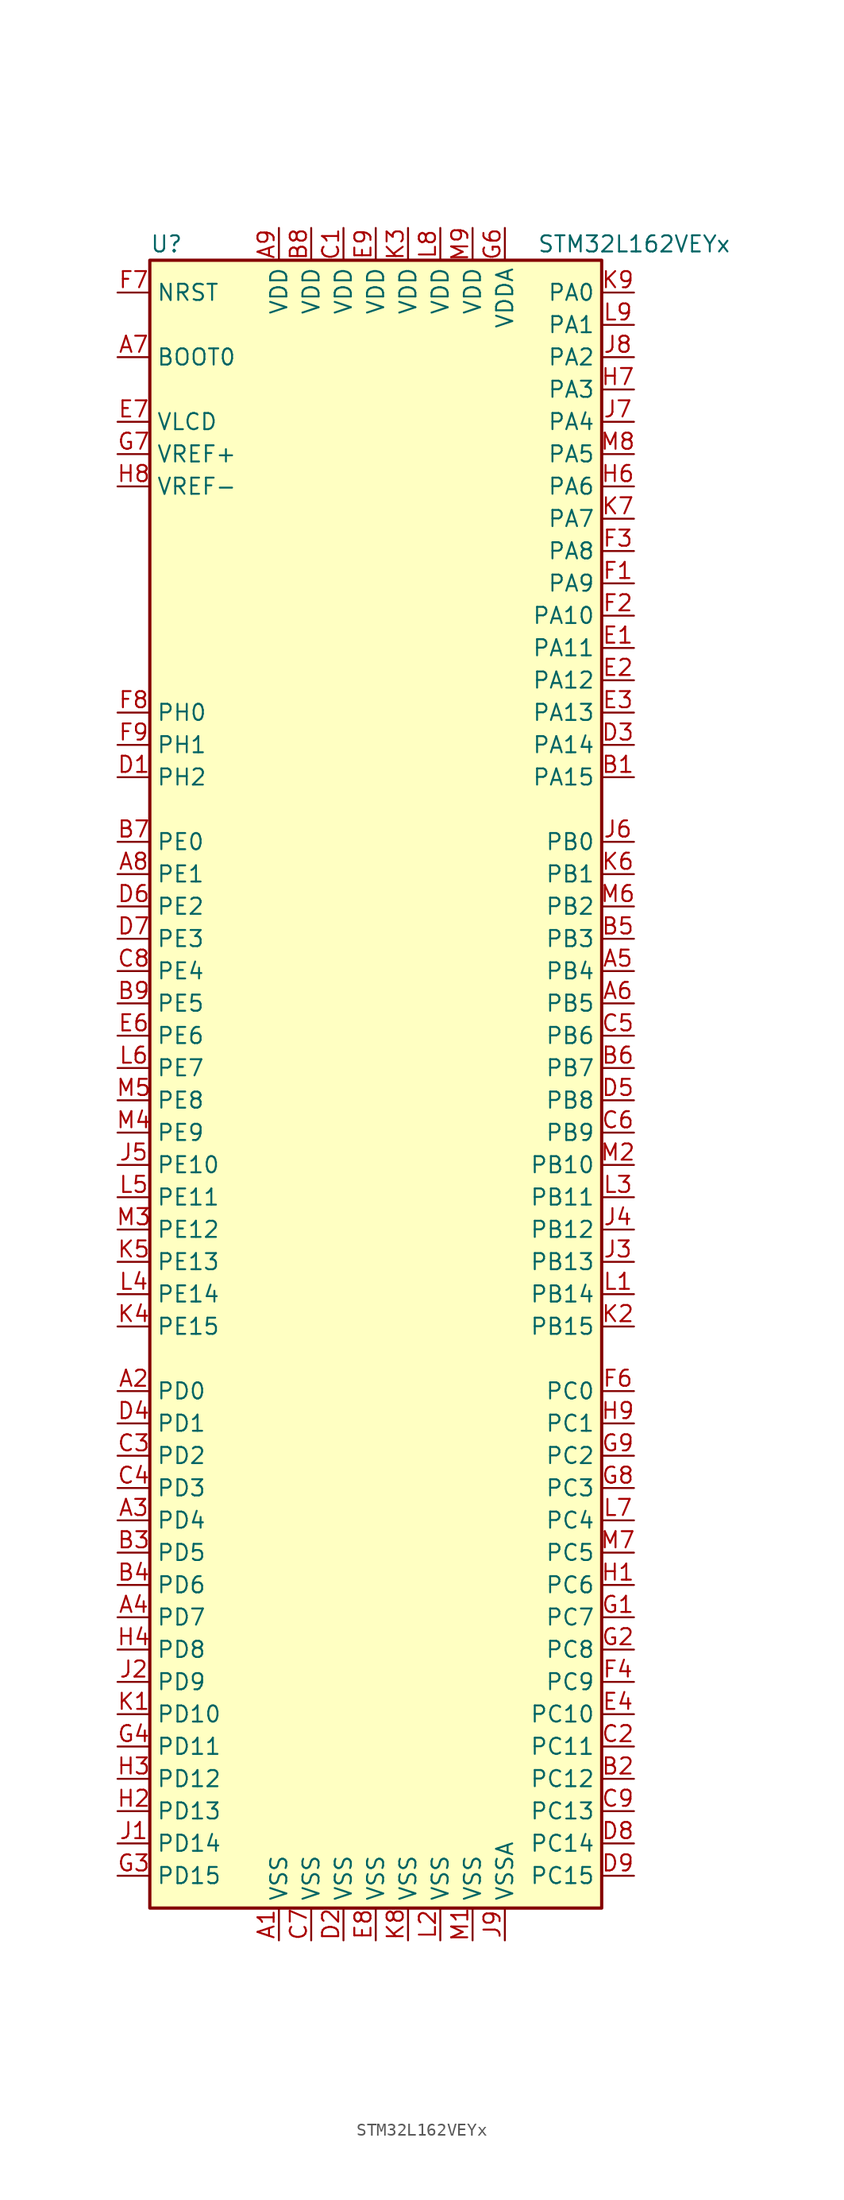
<source format=kicad_sym>
(kicad_symbol_lib
  (version 20211014)
  (generator kicad_symbol_editor)
  (symbol "STM32L162VEYx"
    (property "Reference" "U"
      (at -17.78 64.77 0)
      (effects (font (size 1.27 1.27)) (justify left)))
    (property "Value" "STM32L162VEYx"
      (at 12.7 64.77 0)
      (effects (font (size 1.27 1.27)) (justify left)))
    (symbol "STM32L162VEYx_0_1"
      (rectangle (start -17.78 -66.04) (end 17.78 63.5) (stroke (width 0.254) (type default) (color 0 0 0 0)) (fill (type background))))
    (symbol "STM32L162VEYx_1_1"
      (pin power_in line (at -7.62 -68.58 90) (length 2.54) (name "VSS" (effects (font (size 1.27 1.27)))) (number "A1" (effects (font (size 1.27 1.27)))))
      (pin bidirectional line (at -20.32 -25.4 0) (length 2.54) (name "PD0" (effects (font (size 1.27 1.27)))) (number "A2" (effects (font (size 1.27 1.27)))))
      (pin bidirectional line (at -20.32 -35.56 0) (length 2.54) (name "PD4" (effects (font (size 1.27 1.27)))) (number "A3" (effects (font (size 1.27 1.27)))))
      (pin bidirectional line (at -20.32 -43.18 0) (length 2.54) (name "PD7" (effects (font (size 1.27 1.27)))) (number "A4" (effects (font (size 1.27 1.27)))))
      (pin bidirectional line (at 20.32 7.62 180) (length 2.54) (name "PB4" (effects (font (size 1.27 1.27)))) (number "A5" (effects (font (size 1.27 1.27)))))
      (pin bidirectional line (at 20.32 5.08 180) (length 2.54) (name "PB5" (effects (font (size 1.27 1.27)))) (number "A6" (effects (font (size 1.27 1.27)))))
      (pin input line (at -20.32 55.88 0) (length 2.54) (name "BOOT0" (effects (font (size 1.27 1.27)))) (number "A7" (effects (font (size 1.27 1.27)))))
      (pin bidirectional line (at -20.32 15.24 0) (length 2.54) (name "PE1" (effects (font (size 1.27 1.27)))) (number "A8" (effects (font (size 1.27 1.27)))))
      (pin power_in line (at -7.62 66.04 270) (length 2.54) (name "VDD" (effects (font (size 1.27 1.27)))) (number "A9" (effects (font (size 1.27 1.27)))))
      (pin bidirectional line (at 20.32 22.86 180) (length 2.54) (name "PA15" (effects (font (size 1.27 1.27)))) (number "B1" (effects (font (size 1.27 1.27)))))
      (pin bidirectional line (at 20.32 -55.88 180) (length 2.54) (name "PC12" (effects (font (size 1.27 1.27)))) (number "B2" (effects (font (size 1.27 1.27)))))
      (pin bidirectional line (at -20.32 -38.1 0) (length 2.54) (name "PD5" (effects (font (size 1.27 1.27)))) (number "B3" (effects (font (size 1.27 1.27)))))
      (pin bidirectional line (at -20.32 -40.64 0) (length 2.54) (name "PD6" (effects (font (size 1.27 1.27)))) (number "B4" (effects (font (size 1.27 1.27)))))
      (pin bidirectional line (at 20.32 10.16 180) (length 2.54) (name "PB3" (effects (font (size 1.27 1.27)))) (number "B5" (effects (font (size 1.27 1.27)))))
      (pin bidirectional line (at 20.32 0 180) (length 2.54) (name "PB7" (effects (font (size 1.27 1.27)))) (number "B6" (effects (font (size 1.27 1.27)))))
      (pin bidirectional line (at -20.32 17.78 0) (length 2.54) (name "PE0" (effects (font (size 1.27 1.27)))) (number "B7" (effects (font (size 1.27 1.27)))))
      (pin power_in line (at -5.08 66.04 270) (length 2.54) (name "VDD" (effects (font (size 1.27 1.27)))) (number "B8" (effects (font (size 1.27 1.27)))))
      (pin bidirectional line (at -20.32 5.08 0) (length 2.54) (name "PE5" (effects (font (size 1.27 1.27)))) (number "B9" (effects (font (size 1.27 1.27)))))
      (pin power_in line (at -2.54 66.04 270) (length 2.54) (name "VDD" (effects (font (size 1.27 1.27)))) (number "C1" (effects (font (size 1.27 1.27)))))
      (pin bidirectional line (at 20.32 -53.34 180) (length 2.54) (name "PC11" (effects (font (size 1.27 1.27)))) (number "C2" (effects (font (size 1.27 1.27)))))
      (pin bidirectional line (at -20.32 -30.48 0) (length 2.54) (name "PD2" (effects (font (size 1.27 1.27)))) (number "C3" (effects (font (size 1.27 1.27)))))
      (pin bidirectional line (at -20.32 -33.02 0) (length 2.54) (name "PD3" (effects (font (size 1.27 1.27)))) (number "C4" (effects (font (size 1.27 1.27)))))
      (pin bidirectional line (at 20.32 2.54 180) (length 2.54) (name "PB6" (effects (font (size 1.27 1.27)))) (number "C5" (effects (font (size 1.27 1.27)))))
      (pin bidirectional line (at 20.32 -5.08 180) (length 2.54) (name "PB9" (effects (font (size 1.27 1.27)))) (number "C6" (effects (font (size 1.27 1.27)))))
      (pin power_in line (at -5.08 -68.58 90) (length 2.54) (name "VSS" (effects (font (size 1.27 1.27)))) (number "C7" (effects (font (size 1.27 1.27)))))
      (pin bidirectional line (at -20.32 7.62 0) (length 2.54) (name "PE4" (effects (font (size 1.27 1.27)))) (number "C8" (effects (font (size 1.27 1.27)))))
      (pin bidirectional line (at 20.32 -58.42 180) (length 2.54) (name "PC13" (effects (font (size 1.27 1.27)))) (number "C9" (effects (font (size 1.27 1.27)))))
      (pin bidirectional line (at -20.32 22.86 0) (length 2.54) (name "PH2" (effects (font (size 1.27 1.27)))) (number "D1" (effects (font (size 1.27 1.27)))))
      (pin power_in line (at -2.54 -68.58 90) (length 2.54) (name "VSS" (effects (font (size 1.27 1.27)))) (number "D2" (effects (font (size 1.27 1.27)))))
      (pin bidirectional line (at 20.32 25.4 180) (length 2.54) (name "PA14" (effects (font (size 1.27 1.27)))) (number "D3" (effects (font (size 1.27 1.27)))))
      (pin bidirectional line (at -20.32 -27.94 0) (length 2.54) (name "PD1" (effects (font (size 1.27 1.27)))) (number "D4" (effects (font (size 1.27 1.27)))))
      (pin bidirectional line (at 20.32 -2.54 180) (length 2.54) (name "PB8" (effects (font (size 1.27 1.27)))) (number "D5" (effects (font (size 1.27 1.27)))))
      (pin bidirectional line (at -20.32 12.7 0) (length 2.54) (name "PE2" (effects (font (size 1.27 1.27)))) (number "D6" (effects (font (size 1.27 1.27)))))
      (pin bidirectional line (at -20.32 10.16 0) (length 2.54) (name "PE3" (effects (font (size 1.27 1.27)))) (number "D7" (effects (font (size 1.27 1.27)))))
      (pin bidirectional line (at 20.32 -60.96 180) (length 2.54) (name "PC14" (effects (font (size 1.27 1.27)))) (number "D8" (effects (font (size 1.27 1.27)))))
      (pin bidirectional line (at 20.32 -63.5 180) (length 2.54) (name "PC15" (effects (font (size 1.27 1.27)))) (number "D9" (effects (font (size 1.27 1.27)))))
      (pin bidirectional line (at 20.32 33.02 180) (length 2.54) (name "PA11" (effects (font (size 1.27 1.27)))) (number "E1" (effects (font (size 1.27 1.27)))))
      (pin bidirectional line (at 20.32 30.48 180) (length 2.54) (name "PA12" (effects (font (size 1.27 1.27)))) (number "E2" (effects (font (size 1.27 1.27)))))
      (pin bidirectional line (at 20.32 27.94 180) (length 2.54) (name "PA13" (effects (font (size 1.27 1.27)))) (number "E3" (effects (font (size 1.27 1.27)))))
      (pin bidirectional line (at 20.32 -50.8 180) (length 2.54) (name "PC10" (effects (font (size 1.27 1.27)))) (number "E4" (effects (font (size 1.27 1.27)))))
      (pin bidirectional line (at -20.32 2.54 0) (length 2.54) (name "PE6" (effects (font (size 1.27 1.27)))) (number "E6" (effects (font (size 1.27 1.27)))))
      (pin power_in line (at -20.32 50.8 0) (length 2.54) (name "VLCD" (effects (font (size 1.27 1.27)))) (number "E7" (effects (font (size 1.27 1.27)))))
      (pin power_in line (at 0 -68.58 90) (length 2.54) (name "VSS" (effects (font (size 1.27 1.27)))) (number "E8" (effects (font (size 1.27 1.27)))))
      (pin power_in line (at 0 66.04 270) (length 2.54) (name "VDD" (effects (font (size 1.27 1.27)))) (number "E9" (effects (font (size 1.27 1.27)))))
      (pin bidirectional line (at 20.32 38.1 180) (length 2.54) (name "PA9" (effects (font (size 1.27 1.27)))) (number "F1" (effects (font (size 1.27 1.27)))))
      (pin bidirectional line (at 20.32 35.56 180) (length 2.54) (name "PA10" (effects (font (size 1.27 1.27)))) (number "F2" (effects (font (size 1.27 1.27)))))
      (pin bidirectional line (at 20.32 40.64 180) (length 2.54) (name "PA8" (effects (font (size 1.27 1.27)))) (number "F3" (effects (font (size 1.27 1.27)))))
      (pin bidirectional line (at 20.32 -48.26 180) (length 2.54) (name "PC9" (effects (font (size 1.27 1.27)))) (number "F4" (effects (font (size 1.27 1.27)))))
      (pin bidirectional line (at 20.32 -25.4 180) (length 2.54) (name "PC0" (effects (font (size 1.27 1.27)))) (number "F6" (effects (font (size 1.27 1.27)))))
      (pin input line (at -20.32 60.96 0) (length 2.54) (name "NRST" (effects (font (size 1.27 1.27)))) (number "F7" (effects (font (size 1.27 1.27)))))
      (pin input line (at -20.32 27.94 0) (length 2.54) (name "PH0" (effects (font (size 1.27 1.27)))) (number "F8" (effects (font (size 1.27 1.27)))))
      (pin input line (at -20.32 25.4 0) (length 2.54) (name "PH1" (effects (font (size 1.27 1.27)))) (number "F9" (effects (font (size 1.27 1.27)))))
      (pin bidirectional line (at 20.32 -43.18 180) (length 2.54) (name "PC7" (effects (font (size 1.27 1.27)))) (number "G1" (effects (font (size 1.27 1.27)))))
      (pin bidirectional line (at 20.32 -45.72 180) (length 2.54) (name "PC8" (effects (font (size 1.27 1.27)))) (number "G2" (effects (font (size 1.27 1.27)))))
      (pin bidirectional line (at -20.32 -63.5 0) (length 2.54) (name "PD15" (effects (font (size 1.27 1.27)))) (number "G3" (effects (font (size 1.27 1.27)))))
      (pin bidirectional line (at -20.32 -53.34 0) (length 2.54) (name "PD11" (effects (font (size 1.27 1.27)))) (number "G4" (effects (font (size 1.27 1.27)))))
      (pin power_in line (at 10.16 66.04 270) (length 2.54) (name "VDDA" (effects (font (size 1.27 1.27)))) (number "G6" (effects (font (size 1.27 1.27)))))
      (pin power_in line (at -20.32 48.26 0) (length 2.54) (name "VREF+" (effects (font (size 1.27 1.27)))) (number "G7" (effects (font (size 1.27 1.27)))))
      (pin bidirectional line (at 20.32 -33.02 180) (length 2.54) (name "PC3" (effects (font (size 1.27 1.27)))) (number "G8" (effects (font (size 1.27 1.27)))))
      (pin bidirectional line (at 20.32 -30.48 180) (length 2.54) (name "PC2" (effects (font (size 1.27 1.27)))) (number "G9" (effects (font (size 1.27 1.27)))))
      (pin bidirectional line (at 20.32 -40.64 180) (length 2.54) (name "PC6" (effects (font (size 1.27 1.27)))) (number "H1" (effects (font (size 1.27 1.27)))))
      (pin bidirectional line (at -20.32 -58.42 0) (length 2.54) (name "PD13" (effects (font (size 1.27 1.27)))) (number "H2" (effects (font (size 1.27 1.27)))))
      (pin bidirectional line (at -20.32 -55.88 0) (length 2.54) (name "PD12" (effects (font (size 1.27 1.27)))) (number "H3" (effects (font (size 1.27 1.27)))))
      (pin bidirectional line (at -20.32 -45.72 0) (length 2.54) (name "PD8" (effects (font (size 1.27 1.27)))) (number "H4" (effects (font (size 1.27 1.27)))))
      (pin bidirectional line (at 20.32 45.72 180) (length 2.54) (name "PA6" (effects (font (size 1.27 1.27)))) (number "H6" (effects (font (size 1.27 1.27)))))
      (pin bidirectional line (at 20.32 53.34 180) (length 2.54) (name "PA3" (effects (font (size 1.27 1.27)))) (number "H7" (effects (font (size 1.27 1.27)))))
      (pin power_in line (at -20.32 45.72 0) (length 2.54) (name "VREF-" (effects (font (size 1.27 1.27)))) (number "H8" (effects (font (size 1.27 1.27)))))
      (pin bidirectional line (at 20.32 -27.94 180) (length 2.54) (name "PC1" (effects (font (size 1.27 1.27)))) (number "H9" (effects (font (size 1.27 1.27)))))
      (pin bidirectional line (at -20.32 -60.96 0) (length 2.54) (name "PD14" (effects (font (size 1.27 1.27)))) (number "J1" (effects (font (size 1.27 1.27)))))
      (pin bidirectional line (at -20.32 -48.26 0) (length 2.54) (name "PD9" (effects (font (size 1.27 1.27)))) (number "J2" (effects (font (size 1.27 1.27)))))
      (pin bidirectional line (at 20.32 -15.24 180) (length 2.54) (name "PB13" (effects (font (size 1.27 1.27)))) (number "J3" (effects (font (size 1.27 1.27)))))
      (pin bidirectional line (at 20.32 -12.7 180) (length 2.54) (name "PB12" (effects (font (size 1.27 1.27)))) (number "J4" (effects (font (size 1.27 1.27)))))
      (pin bidirectional line (at -20.32 -7.62 0) (length 2.54) (name "PE10" (effects (font (size 1.27 1.27)))) (number "J5" (effects (font (size 1.27 1.27)))))
      (pin bidirectional line (at 20.32 17.78 180) (length 2.54) (name "PB0" (effects (font (size 1.27 1.27)))) (number "J6" (effects (font (size 1.27 1.27)))))
      (pin bidirectional line (at 20.32 50.8 180) (length 2.54) (name "PA4" (effects (font (size 1.27 1.27)))) (number "J7" (effects (font (size 1.27 1.27)))))
      (pin bidirectional line (at 20.32 55.88 180) (length 2.54) (name "PA2" (effects (font (size 1.27 1.27)))) (number "J8" (effects (font (size 1.27 1.27)))))
      (pin power_in line (at 10.16 -68.58 90) (length 2.54) (name "VSSA" (effects (font (size 1.27 1.27)))) (number "J9" (effects (font (size 1.27 1.27)))))
      (pin bidirectional line (at -20.32 -50.8 0) (length 2.54) (name "PD10" (effects (font (size 1.27 1.27)))) (number "K1" (effects (font (size 1.27 1.27)))))
      (pin bidirectional line (at 20.32 -20.32 180) (length 2.54) (name "PB15" (effects (font (size 1.27 1.27)))) (number "K2" (effects (font (size 1.27 1.27)))))
      (pin power_in line (at 2.54 66.04 270) (length 2.54) (name "VDD" (effects (font (size 1.27 1.27)))) (number "K3" (effects (font (size 1.27 1.27)))))
      (pin bidirectional line (at -20.32 -20.32 0) (length 2.54) (name "PE15" (effects (font (size 1.27 1.27)))) (number "K4" (effects (font (size 1.27 1.27)))))
      (pin bidirectional line (at -20.32 -15.24 0) (length 2.54) (name "PE13" (effects (font (size 1.27 1.27)))) (number "K5" (effects (font (size 1.27 1.27)))))
      (pin bidirectional line (at 20.32 15.24 180) (length 2.54) (name "PB1" (effects (font (size 1.27 1.27)))) (number "K6" (effects (font (size 1.27 1.27)))))
      (pin bidirectional line (at 20.32 43.18 180) (length 2.54) (name "PA7" (effects (font (size 1.27 1.27)))) (number "K7" (effects (font (size 1.27 1.27)))))
      (pin power_in line (at 2.54 -68.58 90) (length 2.54) (name "VSS" (effects (font (size 1.27 1.27)))) (number "K8" (effects (font (size 1.27 1.27)))))
      (pin bidirectional line (at 20.32 60.96 180) (length 2.54) (name "PA0" (effects (font (size 1.27 1.27)))) (number "K9" (effects (font (size 1.27 1.27)))))
      (pin bidirectional line (at 20.32 -17.78 180) (length 2.54) (name "PB14" (effects (font (size 1.27 1.27)))) (number "L1" (effects (font (size 1.27 1.27)))))
      (pin power_in line (at 5.08 -68.58 90) (length 2.54) (name "VSS" (effects (font (size 1.27 1.27)))) (number "L2" (effects (font (size 1.27 1.27)))))
      (pin bidirectional line (at 20.32 -10.16 180) (length 2.54) (name "PB11" (effects (font (size 1.27 1.27)))) (number "L3" (effects (font (size 1.27 1.27)))))
      (pin bidirectional line (at -20.32 -17.78 0) (length 2.54) (name "PE14" (effects (font (size 1.27 1.27)))) (number "L4" (effects (font (size 1.27 1.27)))))
      (pin bidirectional line (at -20.32 -10.16 0) (length 2.54) (name "PE11" (effects (font (size 1.27 1.27)))) (number "L5" (effects (font (size 1.27 1.27)))))
      (pin bidirectional line (at -20.32 0 0) (length 2.54) (name "PE7" (effects (font (size 1.27 1.27)))) (number "L6" (effects (font (size 1.27 1.27)))))
      (pin bidirectional line (at 20.32 -35.56 180) (length 2.54) (name "PC4" (effects (font (size 1.27 1.27)))) (number "L7" (effects (font (size 1.27 1.27)))))
      (pin power_in line (at 5.08 66.04 270) (length 2.54) (name "VDD" (effects (font (size 1.27 1.27)))) (number "L8" (effects (font (size 1.27 1.27)))))
      (pin bidirectional line (at 20.32 58.42 180) (length 2.54) (name "PA1" (effects (font (size 1.27 1.27)))) (number "L9" (effects (font (size 1.27 1.27)))))
      (pin power_in line (at 7.62 -68.58 90) (length 2.54) (name "VSS" (effects (font (size 1.27 1.27)))) (number "M1" (effects (font (size 1.27 1.27)))))
      (pin bidirectional line (at 20.32 -7.62 180) (length 2.54) (name "PB10" (effects (font (size 1.27 1.27)))) (number "M2" (effects (font (size 1.27 1.27)))))
      (pin bidirectional line (at -20.32 -12.7 0) (length 2.54) (name "PE12" (effects (font (size 1.27 1.27)))) (number "M3" (effects (font (size 1.27 1.27)))))
      (pin bidirectional line (at -20.32 -5.08 0) (length 2.54) (name "PE9" (effects (font (size 1.27 1.27)))) (number "M4" (effects (font (size 1.27 1.27)))))
      (pin bidirectional line (at -20.32 -2.54 0) (length 2.54) (name "PE8" (effects (font (size 1.27 1.27)))) (number "M5" (effects (font (size 1.27 1.27)))))
      (pin bidirectional line (at 20.32 12.7 180) (length 2.54) (name "PB2" (effects (font (size 1.27 1.27)))) (number "M6" (effects (font (size 1.27 1.27)))))
      (pin bidirectional line (at 20.32 -38.1 180) (length 2.54) (name "PC5" (effects (font (size 1.27 1.27)))) (number "M7" (effects (font (size 1.27 1.27)))))
      (pin bidirectional line (at 20.32 48.26 180) (length 2.54) (name "PA5" (effects (font (size 1.27 1.27)))) (number "M8" (effects (font (size 1.27 1.27)))))
      (pin power_in line (at 7.62 66.04 270) (length 2.54) (name "VDD" (effects (font (size 1.27 1.27)))) (number "M9" (effects (font (size 1.27 1.27))))))))
</source>
